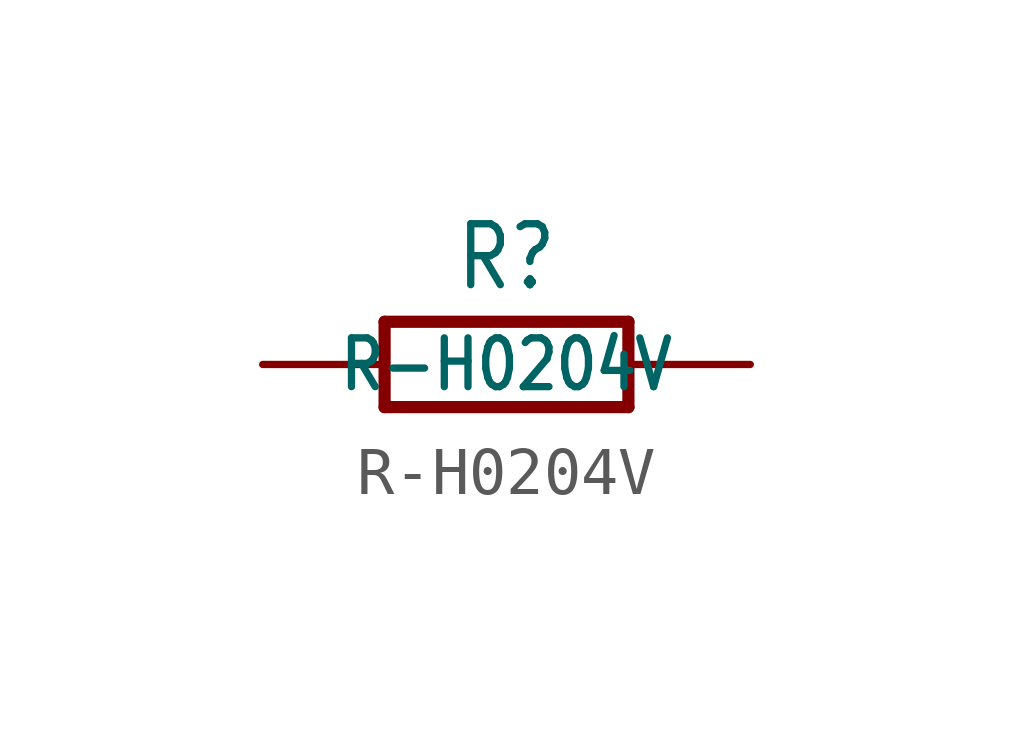
<source format=kicad_sym>
(kicad_symbol_lib
  (version 20201005)
  (generator kicad_symbol_editor)
  (symbol "R-H0204V"
    (property "Reference" "R"
      (at 0 1.499 0)
      (effects (font (size 1.27 1.079)) (justify bottom)))
    (property "Value" "R-H0204V"
      (at 0 0 0)
      (effects (font (size 1.016 0.864))))
    (property "ki_locked" ""
      (at 0 0 0)
      (effects (font (size 1.27 1.27))))
    (symbol "R-H0204V_1_0"
      (polyline (pts (xy -2.54 -0.889) (xy -2.54 0.889)) (stroke (width 0.254)) (fill (type none)))
      (polyline (pts (xy -2.54 -0.889) (xy 2.54 -0.889)) (stroke (width 0.254)) (fill (type none)))
      (polyline (pts (xy 2.54 -0.889) (xy 2.54 0.889)) (stroke (width 0.254)) (fill (type none)))
      (polyline (pts (xy 2.54 0.889) (xy -2.54 0.889)) (stroke (width 0.254)) (fill (type none)))
      (pin passive line (at -5.08 0 0) (length 2.54) (name "1" (effects (font (size 0 0)))) (number "1" (effects (font (size 0 0)))))
      (pin passive line (at 5.08 0 180) (length 2.54) (name "2" (effects (font (size 0 0)))) (number "2" (effects (font (size 0 0))))))))
</source>
